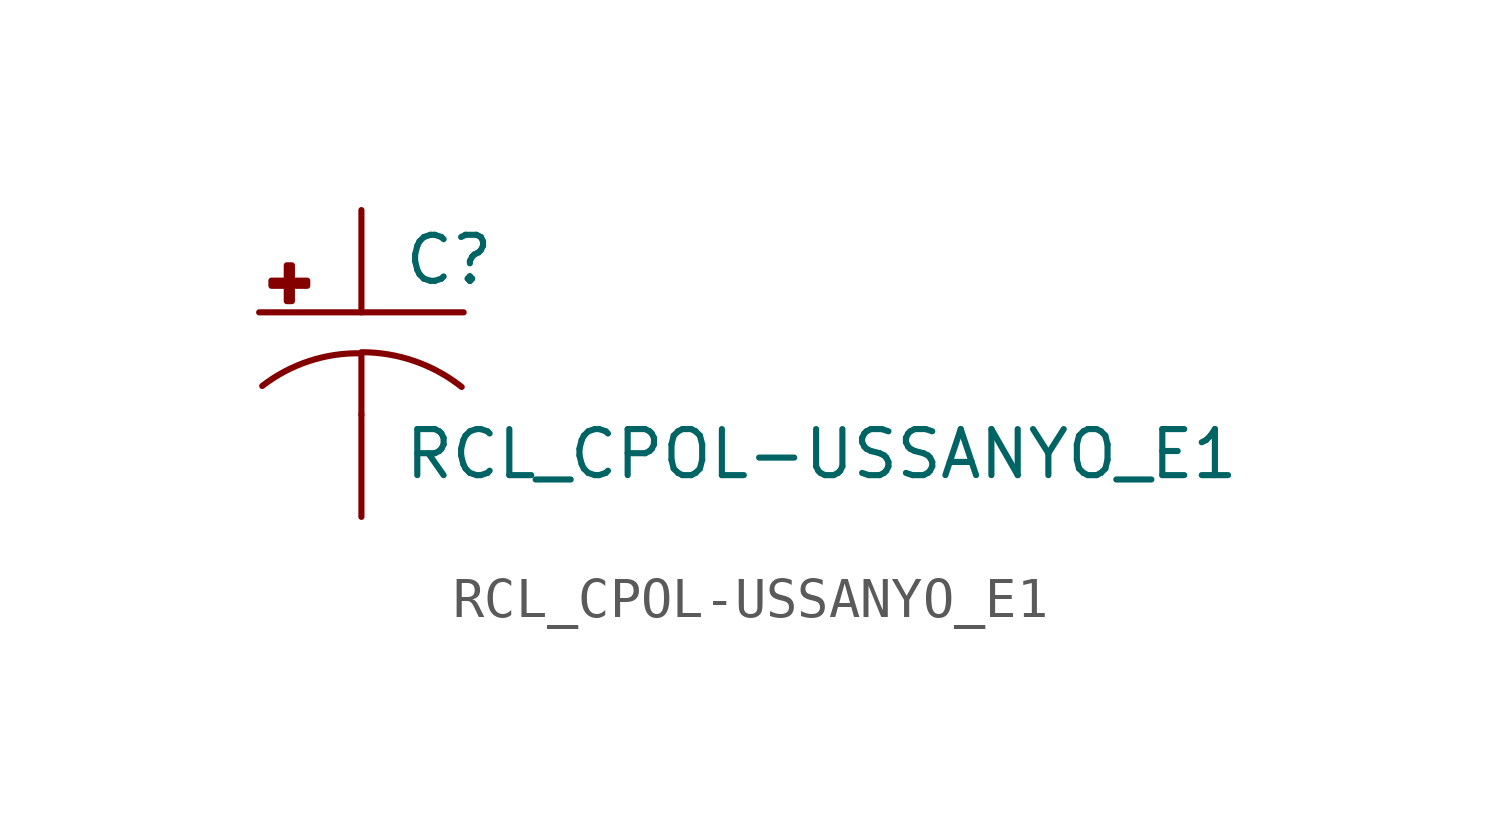
<source format=kicad_sym>
(kicad_symbol_lib
  (version 20210619)
  (generator kicad_symbol_editor)
  (symbol "RCL_CPOL-USSANYO_E1"
    (pin_numbers hide)
    (pin_names
      (offset 1.016) hide)
    (property "Reference" "C"
      (at 1.016 0.635 0)
      (effects (font (size 1.143 1.143)) (justify left bottom)))
    (property "Value" "RCL_CPOL-USSANYO_E1"
      (at 1.016 -4.191 0)
      (effects (font (size 1.143 1.143)) (justify left bottom)))
    (property "ki_locked" ""
      (at 0 0 0)
      (effects (font (size 1.27 1.27))))
    (symbol "RCL_CPOL-USSANYO_E1_1_0"
      (polyline (pts (xy -2.54 0) (xy 2.54 0)) (stroke (width 0)) (fill (type none)))
      (polyline (pts (xy 0 -1.016) (xy 0 -2.54)) (stroke (width 0)) (fill (type none)))
      (polyline (pts (xy 0 -1.016) (xy 0 -1.016)) (stroke (width 0)) (fill (type none))))
    (symbol "RCL_CPOL-USSANYO_E1_1_1"
      (arc (start 0 -1.016) (end -2.4638 -1.8288) (radius (at 0 -5.0546) (length 4.0386) (angles 90.1 127.3)) (stroke (width 0)) (fill (type none)))
      (arc (start 2.4892 -1.8542) (end 0 -0.9906) (radius (at 0 -5.0292) (length 4.0386) (angles 52.3 89.9)) (stroke (width 0)) (fill (type none)))
      (rectangle (start -2.235 0.66) (end -1.346 0.787) (stroke (width 0)) (fill (type outline)))
      (rectangle (start -1.854 0.279) (end -1.727 1.168) (stroke (width 0)) (fill (type outline)))
      (pin passive line (at 0 2.54 270) (length 2.54) (name "+" (effects (font (size 1.016 1.016)))) (number "+" (effects (font (size 1.016 1.016)))))
      (pin passive line (at 0 -5.08 90) (length 2.54) (name "-" (effects (font (size 1.016 1.016)))) (number "-" (effects (font (size 1.016 1.016))))))))
</source>
